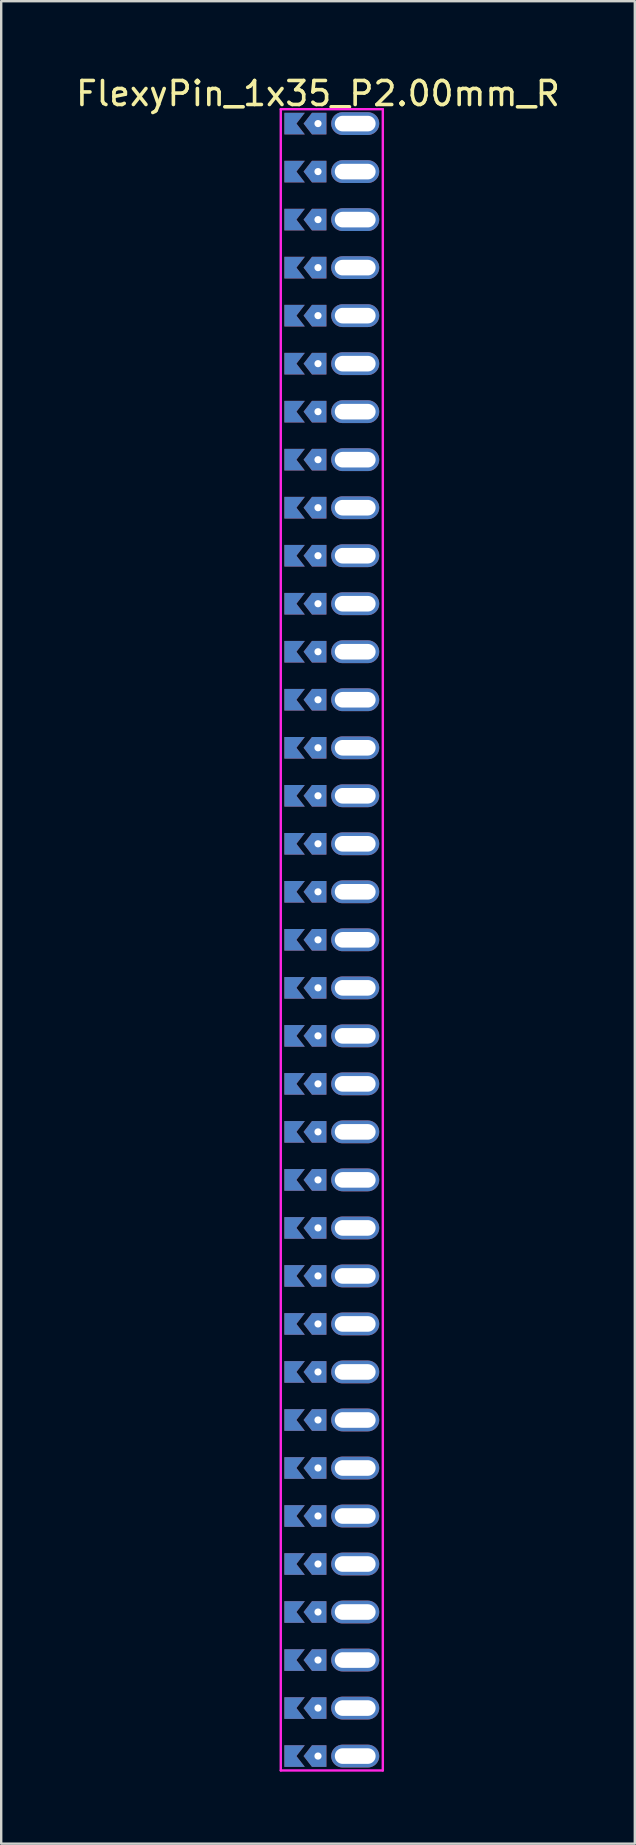
<source format=kicad_pcb>
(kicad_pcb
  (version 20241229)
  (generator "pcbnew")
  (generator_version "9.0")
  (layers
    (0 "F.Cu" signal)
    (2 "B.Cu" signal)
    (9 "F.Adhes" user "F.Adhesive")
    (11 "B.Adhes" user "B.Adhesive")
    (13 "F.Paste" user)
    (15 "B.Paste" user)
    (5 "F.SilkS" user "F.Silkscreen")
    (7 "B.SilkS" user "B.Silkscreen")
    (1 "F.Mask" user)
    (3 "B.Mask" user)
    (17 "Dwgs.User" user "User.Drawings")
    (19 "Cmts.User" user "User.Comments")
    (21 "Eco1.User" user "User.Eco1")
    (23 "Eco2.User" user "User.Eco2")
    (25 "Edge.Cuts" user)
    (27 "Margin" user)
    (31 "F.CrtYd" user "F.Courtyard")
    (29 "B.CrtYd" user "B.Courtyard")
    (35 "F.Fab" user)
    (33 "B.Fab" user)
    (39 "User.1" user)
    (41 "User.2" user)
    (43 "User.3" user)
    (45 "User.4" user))
  (footprint "FlexyPin_1x35_P2.00mm_R"
    (layer "F.Cu")
    (at 10.196 2.098)
    (property "Reference" "FlexyPin_1x35_P2.00mm_R" (at 0 -1.25 0) (layer "F.SilkS") (effects (font (size 1 1) (thickness 0.15))))
    (attr through_hole)
    (fp_line (start -1.55 -0.6) (end 2.7 -0.6) (stroke (width 0.1) (type solid)) (layer "F.CrtYd"))
    (fp_line (start -1.55 68.6) (end -1.55 -0.6) (stroke (width 0.1) (type solid)) (layer "F.CrtYd"))
    (fp_line (start 2.7 -0.6) (end 2.7 68.6) (stroke (width 0.1) (type solid)) (layer "F.CrtYd"))
    (fp_line (start 2.7 68.6) (end -1.55 68.6) (stroke (width 0.1) (type solid)) (layer "F.CrtYd"))
    (pad "" thru_hole custom (at 0 0) (size 0.3 0.3) (drill 0.6) (layers "*.Cu" "*.Mask") (options (anchor rect)) (primitives (gr_poly (pts (xy 0.35 0.45) (xy 0.35 -0.45) (xy -0.25 -0.45) (xy -0.6 0) (xy -0.25 0.45)) (width 0) (fill yes))))
    (pad "" thru_hole custom (at 0 2) (size 0.3 0.3) (drill 0.6) (layers "*.Cu" "*.Mask") (options (anchor rect)) (primitives (gr_poly (pts (xy 0.35 0.45) (xy 0.35 -0.45) (xy -0.25 -0.45) (xy -0.6 0) (xy -0.25 0.45)) (width 0) (fill yes))))
    (pad "" thru_hole custom (at 0 4) (size 0.3 0.3) (drill 0.6) (layers "*.Cu" "*.Mask") (options (anchor rect)) (primitives (gr_poly (pts (xy 0.35 0.45) (xy 0.35 -0.45) (xy -0.25 -0.45) (xy -0.6 0) (xy -0.25 0.45)) (width 0) (fill yes))))
    (pad "" thru_hole custom (at 0 6) (size 0.3 0.3) (drill 0.6) (layers "*.Cu" "*.Mask") (options (anchor rect)) (primitives (gr_poly (pts (xy 0.35 0.45) (xy 0.35 -0.45) (xy -0.25 -0.45) (xy -0.6 0) (xy -0.25 0.45)) (width 0) (fill yes))))
    (pad "" thru_hole custom (at 0 8) (size 0.3 0.3) (drill 0.6) (layers "*.Cu" "*.Mask") (options (anchor rect)) (primitives (gr_poly (pts (xy 0.35 0.45) (xy 0.35 -0.45) (xy -0.25 -0.45) (xy -0.6 0) (xy -0.25 0.45)) (width 0) (fill yes))))
    (pad "" thru_hole custom (at 0 10) (size 0.3 0.3) (drill 0.6) (layers "*.Cu" "*.Mask") (options (anchor rect)) (primitives (gr_poly (pts (xy 0.35 0.45) (xy 0.35 -0.45) (xy -0.25 -0.45) (xy -0.6 0) (xy -0.25 0.45)) (width 0) (fill yes))))
    (pad "" thru_hole custom (at 0 12) (size 0.3 0.3) (drill 0.6) (layers "*.Cu" "*.Mask") (options (anchor rect)) (primitives (gr_poly (pts (xy 0.35 0.45) (xy 0.35 -0.45) (xy -0.25 -0.45) (xy -0.6 0) (xy -0.25 0.45)) (width 0) (fill yes))))
    (pad "" thru_hole custom (at 0 14) (size 0.3 0.3) (drill 0.6) (layers "*.Cu" "*.Mask") (options (anchor rect)) (primitives (gr_poly (pts (xy 0.35 0.45) (xy 0.35 -0.45) (xy -0.25 -0.45) (xy -0.6 0) (xy -0.25 0.45)) (width 0) (fill yes))))
    (pad "" thru_hole custom (at 0 16) (size 0.3 0.3) (drill 0.6) (layers "*.Cu" "*.Mask") (options (anchor rect)) (primitives (gr_poly (pts (xy 0.35 0.45) (xy 0.35 -0.45) (xy -0.25 -0.45) (xy -0.6 0) (xy -0.25 0.45)) (width 0) (fill yes))))
    (pad "" thru_hole custom (at 0 18) (size 0.3 0.3) (drill 0.6) (layers "*.Cu" "*.Mask") (options (anchor rect)) (primitives (gr_poly (pts (xy 0.35 0.45) (xy 0.35 -0.45) (xy -0.25 -0.45) (xy -0.6 0) (xy -0.25 0.45)) (width 0) (fill yes))))
    (pad "" thru_hole custom (at 0 20) (size 0.3 0.3) (drill 0.6) (layers "*.Cu" "*.Mask") (options (anchor rect)) (primitives (gr_poly (pts (xy 0.35 0.45) (xy 0.35 -0.45) (xy -0.25 -0.45) (xy -0.6 0) (xy -0.25 0.45)) (width 0) (fill yes))))
    (pad "" thru_hole custom (at 0 22) (size 0.3 0.3) (drill 0.6) (layers "*.Cu" "*.Mask") (options (anchor rect)) (primitives (gr_poly (pts (xy 0.35 0.45) (xy 0.35 -0.45) (xy -0.25 -0.45) (xy -0.6 0) (xy -0.25 0.45)) (width 0) (fill yes))))
    (pad "" thru_hole custom (at 0 24) (size 0.3 0.3) (drill 0.6) (layers "*.Cu" "*.Mask") (options (anchor rect)) (primitives (gr_poly (pts (xy 0.35 0.45) (xy 0.35 -0.45) (xy -0.25 -0.45) (xy -0.6 0) (xy -0.25 0.45)) (width 0) (fill yes))))
    (pad "" thru_hole custom (at 0 26) (size 0.3 0.3) (drill 0.6) (layers "*.Cu" "*.Mask") (options (anchor rect)) (primitives (gr_poly (pts (xy 0.35 0.45) (xy 0.35 -0.45) (xy -0.25 -0.45) (xy -0.6 0) (xy -0.25 0.45)) (width 0) (fill yes))))
    (pad "" thru_hole custom (at 0 28) (size 0.3 0.3) (drill 0.6) (layers "*.Cu" "*.Mask") (options (anchor rect)) (primitives (gr_poly (pts (xy 0.35 0.45) (xy 0.35 -0.45) (xy -0.25 -0.45) (xy -0.6 0) (xy -0.25 0.45)) (width 0) (fill yes))))
    (pad "" thru_hole custom (at 0 30) (size 0.3 0.3) (drill 0.6) (layers "*.Cu" "*.Mask") (options (anchor rect)) (primitives (gr_poly (pts (xy 0.35 0.45) (xy 0.35 -0.45) (xy -0.25 -0.45) (xy -0.6 0) (xy -0.25 0.45)) (width 0) (fill yes))))
    (pad "" thru_hole custom (at 0 32) (size 0.3 0.3) (drill 0.6) (layers "*.Cu" "*.Mask") (options (anchor rect)) (primitives (gr_poly (pts (xy 0.35 0.45) (xy 0.35 -0.45) (xy -0.25 -0.45) (xy -0.6 0) (xy -0.25 0.45)) (width 0) (fill yes))))
    (pad "" thru_hole custom (at 0 34) (size 0.3 0.3) (drill 0.6) (layers "*.Cu" "*.Mask") (options (anchor rect)) (primitives (gr_poly (pts (xy 0.35 0.45) (xy 0.35 -0.45) (xy -0.25 -0.45) (xy -0.6 0) (xy -0.25 0.45)) (width 0) (fill yes))))
    (pad "" thru_hole custom (at 0 36) (size 0.3 0.3) (drill 0.6) (layers "*.Cu" "*.Mask") (options (anchor rect)) (primitives (gr_poly (pts (xy 0.35 0.45) (xy 0.35 -0.45) (xy -0.25 -0.45) (xy -0.6 0) (xy -0.25 0.45)) (width 0) (fill yes))))
    (pad "" thru_hole custom (at 0 38) (size 0.3 0.3) (drill 0.6) (layers "*.Cu" "*.Mask") (options (anchor rect)) (primitives (gr_poly (pts (xy 0.35 0.45) (xy 0.35 -0.45) (xy -0.25 -0.45) (xy -0.6 0) (xy -0.25 0.45)) (width 0) (fill yes))))
    (pad "" thru_hole custom (at 0 40) (size 0.3 0.3) (drill 0.6) (layers "*.Cu" "*.Mask") (options (anchor rect)) (primitives (gr_poly (pts (xy 0.35 0.45) (xy 0.35 -0.45) (xy -0.25 -0.45) (xy -0.6 0) (xy -0.25 0.45)) (width 0) (fill yes))))
    (pad "" thru_hole custom (at 0 42) (size 0.3 0.3) (drill 0.6) (layers "*.Cu" "*.Mask") (options (anchor rect)) (primitives (gr_poly (pts (xy 0.35 0.45) (xy 0.35 -0.45) (xy -0.25 -0.45) (xy -0.6 0) (xy -0.25 0.45)) (width 0) (fill yes))))
    (pad "" thru_hole custom (at 0 44) (size 0.3 0.3) (drill 0.6) (layers "*.Cu" "*.Mask") (options (anchor rect)) (primitives (gr_poly (pts (xy 0.35 0.45) (xy 0.35 -0.45) (xy -0.25 -0.45) (xy -0.6 0) (xy -0.25 0.45)) (width 0) (fill yes))))
    (pad "" thru_hole custom (at 0 46) (size 0.3 0.3) (drill 0.6) (layers "*.Cu" "*.Mask") (options (anchor rect)) (primitives (gr_poly (pts (xy 0.35 0.45) (xy 0.35 -0.45) (xy -0.25 -0.45) (xy -0.6 0) (xy -0.25 0.45)) (width 0) (fill yes))))
    (pad "" thru_hole custom (at 0 48) (size 0.3 0.3) (drill 0.6) (layers "*.Cu" "*.Mask") (options (anchor rect)) (primitives (gr_poly (pts (xy 0.35 0.45) (xy 0.35 -0.45) (xy -0.25 -0.45) (xy -0.6 0) (xy -0.25 0.45)) (width 0) (fill yes))))
    (pad "" thru_hole custom (at 0 50) (size 0.3 0.3) (drill 0.6) (layers "*.Cu" "*.Mask") (options (anchor rect)) (primitives (gr_poly (pts (xy 0.35 0.45) (xy 0.35 -0.45) (xy -0.25 -0.45) (xy -0.6 0) (xy -0.25 0.45)) (width 0) (fill yes))))
    (pad "" thru_hole custom (at 0 52) (size 0.3 0.3) (drill 0.6) (layers "*.Cu" "*.Mask") (options (anchor rect)) (primitives (gr_poly (pts (xy 0.35 0.45) (xy 0.35 -0.45) (xy -0.25 -0.45) (xy -0.6 0) (xy -0.25 0.45)) (width 0) (fill yes))))
    (pad "" thru_hole custom (at 0 54) (size 0.3 0.3) (drill 0.6) (layers "*.Cu" "*.Mask") (options (anchor rect)) (primitives (gr_poly (pts (xy 0.35 0.45) (xy 0.35 -0.45) (xy -0.25 -0.45) (xy -0.6 0) (xy -0.25 0.45)) (width 0) (fill yes))))
    (pad "" thru_hole custom (at 0 56) (size 0.3 0.3) (drill 0.6) (layers "*.Cu" "*.Mask") (options (anchor rect)) (primitives (gr_poly (pts (xy 0.35 0.45) (xy 0.35 -0.45) (xy -0.25 -0.45) (xy -0.6 0) (xy -0.25 0.45)) (width 0) (fill yes))))
    (pad "" thru_hole custom (at 0 58) (size 0.3 0.3) (drill 0.6) (layers "*.Cu" "*.Mask") (options (anchor rect)) (primitives (gr_poly (pts (xy 0.35 0.45) (xy 0.35 -0.45) (xy -0.25 -0.45) (xy -0.6 0) (xy -0.25 0.45)) (width 0) (fill yes))))
    (pad "" thru_hole custom (at 0 60) (size 0.3 0.3) (drill 0.6) (layers "*.Cu" "*.Mask") (options (anchor rect)) (primitives (gr_poly (pts (xy 0.35 0.45) (xy 0.35 -0.45) (xy -0.25 -0.45) (xy -0.6 0) (xy -0.25 0.45)) (width 0) (fill yes))))
    (pad "" thru_hole custom (at 0 62) (size 0.3 0.3) (drill 0.6) (layers "*.Cu" "*.Mask") (options (anchor rect)) (primitives (gr_poly (pts (xy 0.35 0.45) (xy 0.35 -0.45) (xy -0.25 -0.45) (xy -0.6 0) (xy -0.25 0.45)) (width 0) (fill yes))))
    (pad "" thru_hole custom (at 0 64) (size 0.3 0.3) (drill 0.6) (layers "*.Cu" "*.Mask") (options (anchor rect)) (primitives (gr_poly (pts (xy 0.35 0.45) (xy 0.35 -0.45) (xy -0.25 -0.45) (xy -0.6 0) (xy -0.25 0.45)) (width 0) (fill yes))))
    (pad "" thru_hole custom (at 0 66) (size 0.3 0.3) (drill 0.6) (layers "*.Cu" "*.Mask") (options (anchor rect)) (primitives (gr_poly (pts (xy 0.35 0.45) (xy 0.35 -0.45) (xy -0.25 -0.45) (xy -0.6 0) (xy -0.25 0.45)) (width 0) (fill yes))))
    (pad "" thru_hole custom (at 0 68) (size 0.3 0.3) (drill 0.6) (layers "*.Cu" "*.Mask") (options (anchor rect)) (primitives (gr_poly (pts (xy 0.35 0.45) (xy 0.35 -0.45) (xy -0.25 -0.45) (xy -0.6 0) (xy -0.25 0.45)) (width 0) (fill yes))))
    (pad "" thru_hole oval (at 1.55 0) (size 2 0.95) (drill oval 1.7 0.65) (layers "*.Cu" "*.Mask"))
    (pad "" thru_hole oval (at 1.55 2) (size 2 0.95) (drill oval 1.7 0.65) (layers "*.Cu" "*.Mask"))
    (pad "" thru_hole oval (at 1.55 4) (size 2 0.95) (drill oval 1.7 0.65) (layers "*.Cu" "*.Mask"))
    (pad "" thru_hole oval (at 1.55 6) (size 2 0.95) (drill oval 1.7 0.65) (layers "*.Cu" "*.Mask"))
    (pad "" thru_hole oval (at 1.55 8) (size 2 0.95) (drill oval 1.7 0.65) (layers "*.Cu" "*.Mask"))
    (pad "" thru_hole oval (at 1.55 10) (size 2 0.95) (drill oval 1.7 0.65) (layers "*.Cu" "*.Mask"))
    (pad "" thru_hole oval (at 1.55 12) (size 2 0.95) (drill oval 1.7 0.65) (layers "*.Cu" "*.Mask"))
    (pad "" thru_hole oval (at 1.55 14) (size 2 0.95) (drill oval 1.7 0.65) (layers "*.Cu" "*.Mask"))
    (pad "" thru_hole oval (at 1.55 16) (size 2 0.95) (drill oval 1.7 0.65) (layers "*.Cu" "*.Mask"))
    (pad "" thru_hole oval (at 1.55 18) (size 2 0.95) (drill oval 1.7 0.65) (layers "*.Cu" "*.Mask"))
    (pad "" thru_hole oval (at 1.55 20) (size 2 0.95) (drill oval 1.7 0.65) (layers "*.Cu" "*.Mask"))
    (pad "" thru_hole oval (at 1.55 22) (size 2 0.95) (drill oval 1.7 0.65) (layers "*.Cu" "*.Mask"))
    (pad "" thru_hole oval (at 1.55 24) (size 2 0.95) (drill oval 1.7 0.65) (layers "*.Cu" "*.Mask"))
    (pad "" thru_hole oval (at 1.55 26) (size 2 0.95) (drill oval 1.7 0.65) (layers "*.Cu" "*.Mask"))
    (pad "" thru_hole oval (at 1.55 28) (size 2 0.95) (drill oval 1.7 0.65) (layers "*.Cu" "*.Mask"))
    (pad "" thru_hole oval (at 1.55 30) (size 2 0.95) (drill oval 1.7 0.65) (layers "*.Cu" "*.Mask"))
    (pad "" thru_hole oval (at 1.55 32) (size 2 0.95) (drill oval 1.7 0.65) (layers "*.Cu" "*.Mask"))
    (pad "" thru_hole oval (at 1.55 34) (size 2 0.95) (drill oval 1.7 0.65) (layers "*.Cu" "*.Mask"))
    (pad "" thru_hole oval (at 1.55 36) (size 2 0.95) (drill oval 1.7 0.65) (layers "*.Cu" "*.Mask"))
    (pad "" thru_hole oval (at 1.55 38) (size 2 0.95) (drill oval 1.7 0.65) (layers "*.Cu" "*.Mask"))
    (pad "" thru_hole oval (at 1.55 40) (size 2 0.95) (drill oval 1.7 0.65) (layers "*.Cu" "*.Mask"))
    (pad "" thru_hole oval (at 1.55 42) (size 2 0.95) (drill oval 1.7 0.65) (layers "*.Cu" "*.Mask"))
    (pad "" thru_hole oval (at 1.55 44) (size 2 0.95) (drill oval 1.7 0.65) (layers "*.Cu" "*.Mask"))
    (pad "" thru_hole oval (at 1.55 46) (size 2 0.95) (drill oval 1.7 0.65) (layers "*.Cu" "*.Mask"))
    (pad "" thru_hole oval (at 1.55 48) (size 2 0.95) (drill oval 1.7 0.65) (layers "*.Cu" "*.Mask"))
    (pad "" thru_hole oval (at 1.55 50) (size 2 0.95) (drill oval 1.7 0.65) (layers "*.Cu" "*.Mask"))
    (pad "" thru_hole oval (at 1.55 52) (size 2 0.95) (drill oval 1.7 0.65) (layers "*.Cu" "*.Mask"))
    (pad "" thru_hole oval (at 1.55 54) (size 2 0.95) (drill oval 1.7 0.65) (layers "*.Cu" "*.Mask"))
    (pad "" thru_hole oval (at 1.55 56) (size 2 0.95) (drill oval 1.7 0.65) (layers "*.Cu" "*.Mask"))
    (pad "" thru_hole oval (at 1.55 58) (size 2 0.95) (drill oval 1.7 0.65) (layers "*.Cu" "*.Mask"))
    (pad "" thru_hole oval (at 1.55 60) (size 2 0.95) (drill oval 1.7 0.65) (layers "*.Cu" "*.Mask"))
    (pad "" thru_hole oval (at 1.55 62) (size 2 0.95) (drill oval 1.7 0.65) (layers "*.Cu" "*.Mask"))
    (pad "" thru_hole oval (at 1.55 64) (size 2 0.95) (drill oval 1.7 0.65) (layers "*.Cu" "*.Mask"))
    (pad "" thru_hole oval (at 1.55 66) (size 2 0.95) (drill oval 1.7 0.65) (layers "*.Cu" "*.Mask"))
    (pad "" thru_hole oval (at 1.55 68) (size 2 0.95) (drill oval 1.7 0.65) (layers "*.Cu" "*.Mask"))
    (pad "1" smd custom (at -0.9 0) (size 0.01 0.01) (layers "F.Cu" "F.Mask") (options (anchor rect)) (primitives (gr_poly (pts (xy 0 0) (xy 0.35 0.45) (xy -0.5 0.45) (xy -0.5 -0.45) (xy 0.35 -0.45)) (width 0) (fill yes))))
    (pad "2" smd custom (at -0.9 2) (size 0.01 0.01) (layers "F.Cu" "F.Mask") (options (anchor rect)) (primitives (gr_poly (pts (xy 0 0) (xy 0.35 0.45) (xy -0.5 0.45) (xy -0.5 -0.45) (xy 0.35 -0.45)) (width 0) (fill yes))))
    (pad "3" smd custom (at -0.9 4) (size 0.01 0.01) (layers "F.Cu" "F.Mask") (options (anchor rect)) (primitives (gr_poly (pts (xy 0 0) (xy 0.35 0.45) (xy -0.5 0.45) (xy -0.5 -0.45) (xy 0.35 -0.45)) (width 0) (fill yes))))
    (pad "4" smd custom (at -0.9 6) (size 0.01 0.01) (layers "F.Cu" "F.Mask") (options (anchor rect)) (primitives (gr_poly (pts (xy 0 0) (xy 0.35 0.45) (xy -0.5 0.45) (xy -0.5 -0.45) (xy 0.35 -0.45)) (width 0) (fill yes))))
    (pad "5" smd custom (at -0.9 8) (size 0.01 0.01) (layers "F.Cu" "F.Mask") (options (anchor rect)) (primitives (gr_poly (pts (xy 0 0) (xy 0.35 0.45) (xy -0.5 0.45) (xy -0.5 -0.45) (xy 0.35 -0.45)) (width 0) (fill yes))))
    (pad "6" smd custom (at -0.9 10) (size 0.01 0.01) (layers "F.Cu" "F.Mask") (options (anchor rect)) (primitives (gr_poly (pts (xy 0 0) (xy 0.35 0.45) (xy -0.5 0.45) (xy -0.5 -0.45) (xy 0.35 -0.45)) (width 0) (fill yes))))
    (pad "7" smd custom (at -0.9 12) (size 0.01 0.01) (layers "F.Cu" "F.Mask") (options (anchor rect)) (primitives (gr_poly (pts (xy 0 0) (xy 0.35 0.45) (xy -0.5 0.45) (xy -0.5 -0.45) (xy 0.35 -0.45)) (width 0) (fill yes))))
    (pad "8" smd custom (at -0.9 14) (size 0.01 0.01) (layers "F.Cu" "F.Mask") (options (anchor rect)) (primitives (gr_poly (pts (xy 0 0) (xy 0.35 0.45) (xy -0.5 0.45) (xy -0.5 -0.45) (xy 0.35 -0.45)) (width 0) (fill yes))))
    (pad "9" smd custom (at -0.9 16) (size 0.01 0.01) (layers "F.Cu" "F.Mask") (options (anchor rect)) (primitives (gr_poly (pts (xy 0 0) (xy 0.35 0.45) (xy -0.5 0.45) (xy -0.5 -0.45) (xy 0.35 -0.45)) (width 0) (fill yes))))
    (pad "10" smd custom (at -0.9 18) (size 0.01 0.01) (layers "F.Cu" "F.Mask") (options (anchor rect)) (primitives (gr_poly (pts (xy 0 0) (xy 0.35 0.45) (xy -0.5 0.45) (xy -0.5 -0.45) (xy 0.35 -0.45)) (width 0) (fill yes))))
    (pad "11" smd custom (at -0.9 20) (size 0.01 0.01) (layers "F.Cu" "F.Mask") (options (anchor rect)) (primitives (gr_poly (pts (xy 0 0) (xy 0.35 0.45) (xy -0.5 0.45) (xy -0.5 -0.45) (xy 0.35 -0.45)) (width 0) (fill yes))))
    (pad "12" smd custom (at -0.9 22) (size 0.01 0.01) (layers "F.Cu" "F.Mask") (options (anchor rect)) (primitives (gr_poly (pts (xy 0 0) (xy 0.35 0.45) (xy -0.5 0.45) (xy -0.5 -0.45) (xy 0.35 -0.45)) (width 0) (fill yes))))
    (pad "13" smd custom (at -0.9 24) (size 0.01 0.01) (layers "F.Cu" "F.Mask") (options (anchor rect)) (primitives (gr_poly (pts (xy 0 0) (xy 0.35 0.45) (xy -0.5 0.45) (xy -0.5 -0.45) (xy 0.35 -0.45)) (width 0) (fill yes))))
    (pad "14" smd custom (at -0.9 26) (size 0.01 0.01) (layers "F.Cu" "F.Mask") (options (anchor rect)) (primitives (gr_poly (pts (xy 0 0) (xy 0.35 0.45) (xy -0.5 0.45) (xy -0.5 -0.45) (xy 0.35 -0.45)) (width 0) (fill yes))))
    (pad "15" smd custom (at -0.9 28) (size 0.01 0.01) (layers "F.Cu" "F.Mask") (options (anchor rect)) (primitives (gr_poly (pts (xy 0 0) (xy 0.35 0.45) (xy -0.5 0.45) (xy -0.5 -0.45) (xy 0.35 -0.45)) (width 0) (fill yes))))
    (pad "16" smd custom (at -0.9 30) (size 0.01 0.01) (layers "F.Cu" "F.Mask") (options (anchor rect)) (primitives (gr_poly (pts (xy 0 0) (xy 0.35 0.45) (xy -0.5 0.45) (xy -0.5 -0.45) (xy 0.35 -0.45)) (width 0) (fill yes))))
    (pad "17" smd custom (at -0.9 32) (size 0.01 0.01) (layers "F.Cu" "F.Mask") (options (anchor rect)) (primitives (gr_poly (pts (xy 0 0) (xy 0.35 0.45) (xy -0.5 0.45) (xy -0.5 -0.45) (xy 0.35 -0.45)) (width 0) (fill yes))))
    (pad "18" smd custom (at -0.9 34) (size 0.01 0.01) (layers "F.Cu" "F.Mask") (options (anchor rect)) (primitives (gr_poly (pts (xy 0 0) (xy 0.35 0.45) (xy -0.5 0.45) (xy -0.5 -0.45) (xy 0.35 -0.45)) (width 0) (fill yes))))
    (pad "19" smd custom (at -0.9 36) (size 0.01 0.01) (layers "F.Cu" "F.Mask") (options (anchor rect)) (primitives (gr_poly (pts (xy 0 0) (xy 0.35 0.45) (xy -0.5 0.45) (xy -0.5 -0.45) (xy 0.35 -0.45)) (width 0) (fill yes))))
    (pad "20" smd custom (at -0.9 38) (size 0.01 0.01) (layers "F.Cu" "F.Mask") (options (anchor rect)) (primitives (gr_poly (pts (xy 0 0) (xy 0.35 0.45) (xy -0.5 0.45) (xy -0.5 -0.45) (xy 0.35 -0.45)) (width 0) (fill yes))))
    (pad "21" smd custom (at -0.9 40) (size 0.01 0.01) (layers "F.Cu" "F.Mask") (options (anchor rect)) (primitives (gr_poly (pts (xy 0 0) (xy 0.35 0.45) (xy -0.5 0.45) (xy -0.5 -0.45) (xy 0.35 -0.45)) (width 0) (fill yes))))
    (pad "22" smd custom (at -0.9 42) (size 0.01 0.01) (layers "F.Cu" "F.Mask") (options (anchor rect)) (primitives (gr_poly (pts (xy 0 0) (xy 0.35 0.45) (xy -0.5 0.45) (xy -0.5 -0.45) (xy 0.35 -0.45)) (width 0) (fill yes))))
    (pad "23" smd custom (at -0.9 44) (size 0.01 0.01) (layers "F.Cu" "F.Mask") (options (anchor rect)) (primitives (gr_poly (pts (xy 0 0) (xy 0.35 0.45) (xy -0.5 0.45) (xy -0.5 -0.45) (xy 0.35 -0.45)) (width 0) (fill yes))))
    (pad "24" smd custom (at -0.9 46) (size 0.01 0.01) (layers "F.Cu" "F.Mask") (options (anchor rect)) (primitives (gr_poly (pts (xy 0 0) (xy 0.35 0.45) (xy -0.5 0.45) (xy -0.5 -0.45) (xy 0.35 -0.45)) (width 0) (fill yes))))
    (pad "25" smd custom (at -0.9 48) (size 0.01 0.01) (layers "F.Cu" "F.Mask") (options (anchor rect)) (primitives (gr_poly (pts (xy 0 0) (xy 0.35 0.45) (xy -0.5 0.45) (xy -0.5 -0.45) (xy 0.35 -0.45)) (width 0) (fill yes))))
    (pad "26" smd custom (at -0.9 50) (size 0.01 0.01) (layers "F.Cu" "F.Mask") (options (anchor rect)) (primitives (gr_poly (pts (xy 0 0) (xy 0.35 0.45) (xy -0.5 0.45) (xy -0.5 -0.45) (xy 0.35 -0.45)) (width 0) (fill yes))))
    (pad "27" smd custom (at -0.9 52) (size 0.01 0.01) (layers "F.Cu" "F.Mask") (options (anchor rect)) (primitives (gr_poly (pts (xy 0 0) (xy 0.35 0.45) (xy -0.5 0.45) (xy -0.5 -0.45) (xy 0.35 -0.45)) (width 0) (fill yes))))
    (pad "28" smd custom (at -0.9 54) (size 0.01 0.01) (layers "F.Cu" "F.Mask") (options (anchor rect)) (primitives (gr_poly (pts (xy 0 0) (xy 0.35 0.45) (xy -0.5 0.45) (xy -0.5 -0.45) (xy 0.35 -0.45)) (width 0) (fill yes))))
    (pad "29" smd custom (at -0.9 56) (size 0.01 0.01) (layers "F.Cu" "F.Mask") (options (anchor rect)) (primitives (gr_poly (pts (xy 0 0) (xy 0.35 0.45) (xy -0.5 0.45) (xy -0.5 -0.45) (xy 0.35 -0.45)) (width 0) (fill yes))))
    (pad "30" smd custom (at -0.9 58) (size 0.01 0.01) (layers "F.Cu" "F.Mask") (options (anchor rect)) (primitives (gr_poly (pts (xy 0 0) (xy 0.35 0.45) (xy -0.5 0.45) (xy -0.5 -0.45) (xy 0.35 -0.45)) (width 0) (fill yes))))
    (pad "31" smd custom (at -0.9 60) (size 0.01 0.01) (layers "F.Cu" "F.Mask") (options (anchor rect)) (primitives (gr_poly (pts (xy 0 0) (xy 0.35 0.45) (xy -0.5 0.45) (xy -0.5 -0.45) (xy 0.35 -0.45)) (width 0) (fill yes))))
    (pad "32" smd custom (at -0.9 62) (size 0.01 0.01) (layers "F.Cu" "F.Mask") (options (anchor rect)) (primitives (gr_poly (pts (xy 0 0) (xy 0.35 0.45) (xy -0.5 0.45) (xy -0.5 -0.45) (xy 0.35 -0.45)) (width 0) (fill yes))))
    (pad "33" smd custom (at -0.9 64) (size 0.01 0.01) (layers "F.Cu" "F.Mask") (options (anchor rect)) (primitives (gr_poly (pts (xy 0 0) (xy 0.35 0.45) (xy -0.5 0.45) (xy -0.5 -0.45) (xy 0.35 -0.45)) (width 0) (fill yes))))
    (pad "34" smd custom (at -0.9 66) (size 0.01 0.01) (layers "F.Cu" "F.Mask") (options (anchor rect)) (primitives (gr_poly (pts (xy 0 0) (xy 0.35 0.45) (xy -0.5 0.45) (xy -0.5 -0.45) (xy 0.35 -0.45)) (width 0) (fill yes))))
    (pad "35" smd custom (at -0.9 68) (size 0.01 0.01) (layers "F.Cu" "F.Mask") (options (anchor rect)) (primitives (gr_poly (pts (xy 0 0) (xy 0.35 0.45) (xy -0.5 0.45) (xy -0.5 -0.45) (xy 0.35 -0.45)) (width 0) (fill yes))))
    (pad "36" smd custom (at -0.9 0) (size 0.01 0.01) (layers "B.Cu" "B.Mask") (options (anchor rect)) (primitives (gr_poly (pts (xy 0 0) (xy 0.35 0.45) (xy -0.5 0.45) (xy -0.5 -0.45) (xy 0.35 -0.45)) (width 0) (fill yes))))
    (pad "37" smd custom (at -0.9 2) (size 0.01 0.01) (layers "B.Cu" "B.Mask") (options (anchor rect)) (primitives (gr_poly (pts (xy 0 0) (xy 0.35 0.45) (xy -0.5 0.45) (xy -0.5 -0.45) (xy 0.35 -0.45)) (width 0) (fill yes))))
    (pad "38" smd custom (at -0.9 4) (size 0.01 0.01) (layers "B.Cu" "B.Mask") (options (anchor rect)) (primitives (gr_poly (pts (xy 0 0) (xy 0.35 0.45) (xy -0.5 0.45) (xy -0.5 -0.45) (xy 0.35 -0.45)) (width 0) (fill yes))))
    (pad "39" smd custom (at -0.9 6) (size 0.01 0.01) (layers "B.Cu" "B.Mask") (options (anchor rect)) (primitives (gr_poly (pts (xy 0 0) (xy 0.35 0.45) (xy -0.5 0.45) (xy -0.5 -0.45) (xy 0.35 -0.45)) (width 0) (fill yes))))
    (pad "40" smd custom (at -0.9 8) (size 0.01 0.01) (layers "B.Cu" "B.Mask") (options (anchor rect)) (primitives (gr_poly (pts (xy 0 0) (xy 0.35 0.45) (xy -0.5 0.45) (xy -0.5 -0.45) (xy 0.35 -0.45)) (width 0) (fill yes))))
    (pad "41" smd custom (at -0.9 10) (size 0.01 0.01) (layers "B.Cu" "B.Mask") (options (anchor rect)) (primitives (gr_poly (pts (xy 0 0) (xy 0.35 0.45) (xy -0.5 0.45) (xy -0.5 -0.45) (xy 0.35 -0.45)) (width 0) (fill yes))))
    (pad "42" smd custom (at -0.9 12) (size 0.01 0.01) (layers "B.Cu" "B.Mask") (options (anchor rect)) (primitives (gr_poly (pts (xy 0 0) (xy 0.35 0.45) (xy -0.5 0.45) (xy -0.5 -0.45) (xy 0.35 -0.45)) (width 0) (fill yes))))
    (pad "43" smd custom (at -0.9 14) (size 0.01 0.01) (layers "B.Cu" "B.Mask") (options (anchor rect)) (primitives (gr_poly (pts (xy 0 0) (xy 0.35 0.45) (xy -0.5 0.45) (xy -0.5 -0.45) (xy 0.35 -0.45)) (width 0) (fill yes))))
    (pad "44" smd custom (at -0.9 16) (size 0.01 0.01) (layers "B.Cu" "B.Mask") (options (anchor rect)) (primitives (gr_poly (pts (xy 0 0) (xy 0.35 0.45) (xy -0.5 0.45) (xy -0.5 -0.45) (xy 0.35 -0.45)) (width 0) (fill yes))))
    (pad "45" smd custom (at -0.9 18) (size 0.01 0.01) (layers "B.Cu" "B.Mask") (options (anchor rect)) (primitives (gr_poly (pts (xy 0 0) (xy 0.35 0.45) (xy -0.5 0.45) (xy -0.5 -0.45) (xy 0.35 -0.45)) (width 0) (fill yes))))
    (pad "46" smd custom (at -0.9 20) (size 0.01 0.01) (layers "B.Cu" "B.Mask") (options (anchor rect)) (primitives (gr_poly (pts (xy 0 0) (xy 0.35 0.45) (xy -0.5 0.45) (xy -0.5 -0.45) (xy 0.35 -0.45)) (width 0) (fill yes))))
    (pad "47" smd custom (at -0.9 22) (size 0.01 0.01) (layers "B.Cu" "B.Mask") (options (anchor rect)) (primitives (gr_poly (pts (xy 0 0) (xy 0.35 0.45) (xy -0.5 0.45) (xy -0.5 -0.45) (xy 0.35 -0.45)) (width 0) (fill yes))))
    (pad "48" smd custom (at -0.9 24) (size 0.01 0.01) (layers "B.Cu" "B.Mask") (options (anchor rect)) (primitives (gr_poly (pts (xy 0 0) (xy 0.35 0.45) (xy -0.5 0.45) (xy -0.5 -0.45) (xy 0.35 -0.45)) (width 0) (fill yes))))
    (pad "49" smd custom (at -0.9 26) (size 0.01 0.01) (layers "B.Cu" "B.Mask") (options (anchor rect)) (primitives (gr_poly (pts (xy 0 0) (xy 0.35 0.45) (xy -0.5 0.45) (xy -0.5 -0.45) (xy 0.35 -0.45)) (width 0) (fill yes))))
    (pad "50" smd custom (at -0.9 28) (size 0.01 0.01) (layers "B.Cu" "B.Mask") (options (anchor rect)) (primitives (gr_poly (pts (xy 0 0) (xy 0.35 0.45) (xy -0.5 0.45) (xy -0.5 -0.45) (xy 0.35 -0.45)) (width 0) (fill yes))))
    (pad "51" smd custom (at -0.9 30) (size 0.01 0.01) (layers "B.Cu" "B.Mask") (options (anchor rect)) (primitives (gr_poly (pts (xy 0 0) (xy 0.35 0.45) (xy -0.5 0.45) (xy -0.5 -0.45) (xy 0.35 -0.45)) (width 0) (fill yes))))
    (pad "52" smd custom (at -0.9 32) (size 0.01 0.01) (layers "B.Cu" "B.Mask") (options (anchor rect)) (primitives (gr_poly (pts (xy 0 0) (xy 0.35 0.45) (xy -0.5 0.45) (xy -0.5 -0.45) (xy 0.35 -0.45)) (width 0) (fill yes))))
    (pad "53" smd custom (at -0.9 34) (size 0.01 0.01) (layers "B.Cu" "B.Mask") (options (anchor rect)) (primitives (gr_poly (pts (xy 0 0) (xy 0.35 0.45) (xy -0.5 0.45) (xy -0.5 -0.45) (xy 0.35 -0.45)) (width 0) (fill yes))))
    (pad "54" smd custom (at -0.9 36) (size 0.01 0.01) (layers "B.Cu" "B.Mask") (options (anchor rect)) (primitives (gr_poly (pts (xy 0 0) (xy 0.35 0.45) (xy -0.5 0.45) (xy -0.5 -0.45) (xy 0.35 -0.45)) (width 0) (fill yes))))
    (pad "55" smd custom (at -0.9 38) (size 0.01 0.01) (layers "B.Cu" "B.Mask") (options (anchor rect)) (primitives (gr_poly (pts (xy 0 0) (xy 0.35 0.45) (xy -0.5 0.45) (xy -0.5 -0.45) (xy 0.35 -0.45)) (width 0) (fill yes))))
    (pad "56" smd custom (at -0.9 40) (size 0.01 0.01) (layers "B.Cu" "B.Mask") (options (anchor rect)) (primitives (gr_poly (pts (xy 0 0) (xy 0.35 0.45) (xy -0.5 0.45) (xy -0.5 -0.45) (xy 0.35 -0.45)) (width 0) (fill yes))))
    (pad "57" smd custom (at -0.9 42) (size 0.01 0.01) (layers "B.Cu" "B.Mask") (options (anchor rect)) (primitives (gr_poly (pts (xy 0 0) (xy 0.35 0.45) (xy -0.5 0.45) (xy -0.5 -0.45) (xy 0.35 -0.45)) (width 0) (fill yes))))
    (pad "58" smd custom (at -0.9 44) (size 0.01 0.01) (layers "B.Cu" "B.Mask") (options (anchor rect)) (primitives (gr_poly (pts (xy 0 0) (xy 0.35 0.45) (xy -0.5 0.45) (xy -0.5 -0.45) (xy 0.35 -0.45)) (width 0) (fill yes))))
    (pad "59" smd custom (at -0.9 46) (size 0.01 0.01) (layers "B.Cu" "B.Mask") (options (anchor rect)) (primitives (gr_poly (pts (xy 0 0) (xy 0.35 0.45) (xy -0.5 0.45) (xy -0.5 -0.45) (xy 0.35 -0.45)) (width 0) (fill yes))))
    (pad "60" smd custom (at -0.9 48) (size 0.01 0.01) (layers "B.Cu" "B.Mask") (options (anchor rect)) (primitives (gr_poly (pts (xy 0 0) (xy 0.35 0.45) (xy -0.5 0.45) (xy -0.5 -0.45) (xy 0.35 -0.45)) (width 0) (fill yes))))
    (pad "61" smd custom (at -0.9 50) (size 0.01 0.01) (layers "B.Cu" "B.Mask") (options (anchor rect)) (primitives (gr_poly (pts (xy 0 0) (xy 0.35 0.45) (xy -0.5 0.45) (xy -0.5 -0.45) (xy 0.35 -0.45)) (width 0) (fill yes))))
    (pad "62" smd custom (at -0.9 52) (size 0.01 0.01) (layers "B.Cu" "B.Mask") (options (anchor rect)) (primitives (gr_poly (pts (xy 0 0) (xy 0.35 0.45) (xy -0.5 0.45) (xy -0.5 -0.45) (xy 0.35 -0.45)) (width 0) (fill yes))))
    (pad "63" smd custom (at -0.9 54) (size 0.01 0.01) (layers "B.Cu" "B.Mask") (options (anchor rect)) (primitives (gr_poly (pts (xy 0 0) (xy 0.35 0.45) (xy -0.5 0.45) (xy -0.5 -0.45) (xy 0.35 -0.45)) (width 0) (fill yes))))
    (pad "64" smd custom (at -0.9 56) (size 0.01 0.01) (layers "B.Cu" "B.Mask") (options (anchor rect)) (primitives (gr_poly (pts (xy 0 0) (xy 0.35 0.45) (xy -0.5 0.45) (xy -0.5 -0.45) (xy 0.35 -0.45)) (width 0) (fill yes))))
    (pad "65" smd custom (at -0.9 58) (size 0.01 0.01) (layers "B.Cu" "B.Mask") (options (anchor rect)) (primitives (gr_poly (pts (xy 0 0) (xy 0.35 0.45) (xy -0.5 0.45) (xy -0.5 -0.45) (xy 0.35 -0.45)) (width 0) (fill yes))))
    (pad "66" smd custom (at -0.9 60) (size 0.01 0.01) (layers "B.Cu" "B.Mask") (options (anchor rect)) (primitives (gr_poly (pts (xy 0 0) (xy 0.35 0.45) (xy -0.5 0.45) (xy -0.5 -0.45) (xy 0.35 -0.45)) (width 0) (fill yes))))
    (pad "67" smd custom (at -0.9 62) (size 0.01 0.01) (layers "B.Cu" "B.Mask") (options (anchor rect)) (primitives (gr_poly (pts (xy 0 0) (xy 0.35 0.45) (xy -0.5 0.45) (xy -0.5 -0.45) (xy 0.35 -0.45)) (width 0) (fill yes))))
    (pad "68" smd custom (at -0.9 64) (size 0.01 0.01) (layers "B.Cu" "B.Mask") (options (anchor rect)) (primitives (gr_poly (pts (xy 0 0) (xy 0.35 0.45) (xy -0.5 0.45) (xy -0.5 -0.45) (xy 0.35 -0.45)) (width 0) (fill yes))))
    (pad "69" smd custom (at -0.9 66) (size 0.01 0.01) (layers "B.Cu" "B.Mask") (options (anchor rect)) (primitives (gr_poly (pts (xy 0 0) (xy 0.35 0.45) (xy -0.5 0.45) (xy -0.5 -0.45) (xy 0.35 -0.45)) (width 0) (fill yes))))
    (pad "70" smd custom (at -0.9 68) (size 0.01 0.01) (layers "B.Cu" "B.Mask") (options (anchor rect)) (primitives (gr_poly (pts (xy 0 0) (xy 0.35 0.45) (xy -0.5 0.45) (xy -0.5 -0.45) (xy 0.35 -0.45)) (width 0) (fill yes)))))
  (gr_rect
    (start -3 -3)
    (end 23.393 73.748)
    (stroke (width 0.1) (type default))
    (fill no)
    (layer "Edge.Cuts")))
</source>
